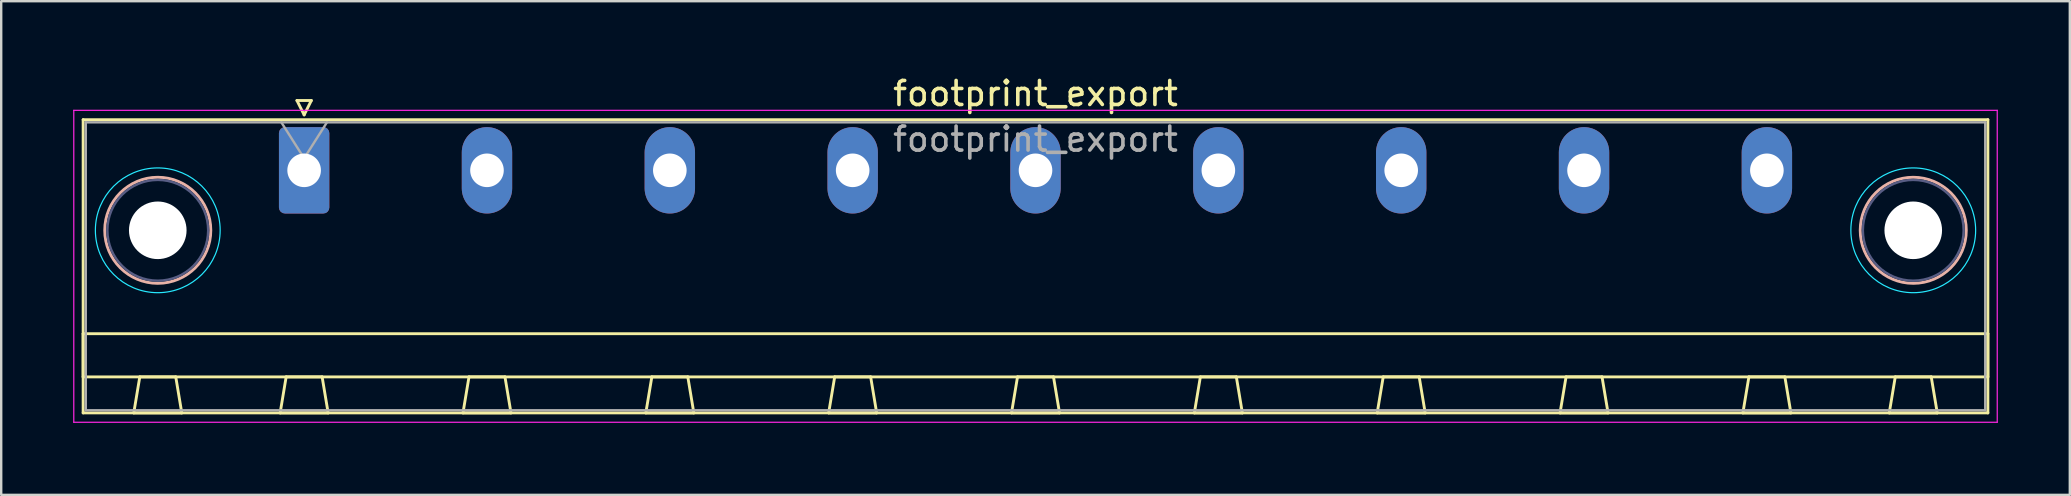
<source format=kicad_pcb>
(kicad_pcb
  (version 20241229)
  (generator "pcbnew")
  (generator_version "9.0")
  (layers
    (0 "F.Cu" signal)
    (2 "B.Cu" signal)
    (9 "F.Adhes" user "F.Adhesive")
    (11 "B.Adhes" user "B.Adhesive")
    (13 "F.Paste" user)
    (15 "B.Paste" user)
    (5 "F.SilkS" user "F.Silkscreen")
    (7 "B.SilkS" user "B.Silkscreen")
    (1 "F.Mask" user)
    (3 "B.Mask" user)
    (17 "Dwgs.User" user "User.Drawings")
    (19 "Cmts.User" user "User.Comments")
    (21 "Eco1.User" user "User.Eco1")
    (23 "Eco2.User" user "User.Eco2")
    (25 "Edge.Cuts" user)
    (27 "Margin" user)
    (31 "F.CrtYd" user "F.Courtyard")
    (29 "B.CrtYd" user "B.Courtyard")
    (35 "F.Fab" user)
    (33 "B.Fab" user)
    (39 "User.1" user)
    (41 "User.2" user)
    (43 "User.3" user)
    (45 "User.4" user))
  (footprint "footprint_export"
    (layer "F.Cu")
    (at 9.625 4.048)
    (property "Reference" "footprint_export" (at 30.48 -3.2 0) (layer "F.SilkS") (effects (font (size 1 1) (thickness 0.15))))
    (attr through_hole)
    (fp_line (start -9.21 -2.11) (end -9.21 10.11) (stroke (width 0.12) (type solid)) (layer "F.SilkS"))
    (fp_line (start -9.21 6.81) (end 70.17 6.81) (stroke (width 0.12) (type solid)) (layer "F.SilkS"))
    (fp_line (start -9.21 8.61) (end -9.21 6.81) (stroke (width 0.12) (type solid)) (layer "F.SilkS"))
    (fp_line (start -9.21 10.11) (end 70.17 10.11) (stroke (width 0.12) (type solid)) (layer "F.SilkS"))
    (fp_line (start -7.1 10.11) (end -5.1 10.11) (stroke (width 0.12) (type solid)) (layer "F.SilkS"))
    (fp_line (start -6.85 8.61) (end -7.1 10.11) (stroke (width 0.12) (type solid)) (layer "F.SilkS"))
    (fp_line (start -5.35 8.61) (end -6.85 8.61) (stroke (width 0.12) (type solid)) (layer "F.SilkS"))
    (fp_line (start -5.1 10.11) (end -5.35 8.61) (stroke (width 0.12) (type solid)) (layer "F.SilkS"))
    (fp_line (start -1 10.11) (end 1 10.11) (stroke (width 0.12) (type solid)) (layer "F.SilkS"))
    (fp_line (start -0.75 8.61) (end -1 10.11) (stroke (width 0.12) (type solid)) (layer "F.SilkS"))
    (fp_line (start -0.3 -2.91) (end 0.3 -2.91) (stroke (width 0.12) (type solid)) (layer "F.SilkS"))
    (fp_line (start 0 -2.31) (end -0.3 -2.91) (stroke (width 0.12) (type solid)) (layer "F.SilkS"))
    (fp_line (start 0.3 -2.91) (end 0 -2.31) (stroke (width 0.12) (type solid)) (layer "F.SilkS"))
    (fp_line (start 0.75 8.61) (end -0.75 8.61) (stroke (width 0.12) (type solid)) (layer "F.SilkS"))
    (fp_line (start 1 10.11) (end 0.75 8.61) (stroke (width 0.12) (type solid)) (layer "F.SilkS"))
    (fp_line (start 6.62 10.11) (end 8.62 10.11) (stroke (width 0.12) (type solid)) (layer "F.SilkS"))
    (fp_line (start 6.87 8.61) (end 6.62 10.11) (stroke (width 0.12) (type solid)) (layer "F.SilkS"))
    (fp_line (start 8.37 8.61) (end 6.87 8.61) (stroke (width 0.12) (type solid)) (layer "F.SilkS"))
    (fp_line (start 8.62 10.11) (end 8.37 8.61) (stroke (width 0.12) (type solid)) (layer "F.SilkS"))
    (fp_line (start 14.24 10.11) (end 16.24 10.11) (stroke (width 0.12) (type solid)) (layer "F.SilkS"))
    (fp_line (start 14.49 8.61) (end 14.24 10.11) (stroke (width 0.12) (type solid)) (layer "F.SilkS"))
    (fp_line (start 15.99 8.61) (end 14.49 8.61) (stroke (width 0.12) (type solid)) (layer "F.SilkS"))
    (fp_line (start 16.24 10.11) (end 15.99 8.61) (stroke (width 0.12) (type solid)) (layer "F.SilkS"))
    (fp_line (start 21.86 10.11) (end 23.86 10.11) (stroke (width 0.12) (type solid)) (layer "F.SilkS"))
    (fp_line (start 22.11 8.61) (end 21.86 10.11) (stroke (width 0.12) (type solid)) (layer "F.SilkS"))
    (fp_line (start 23.61 8.61) (end 22.11 8.61) (stroke (width 0.12) (type solid)) (layer "F.SilkS"))
    (fp_line (start 23.86 10.11) (end 23.61 8.61) (stroke (width 0.12) (type solid)) (layer "F.SilkS"))
    (fp_line (start 29.48 10.11) (end 31.48 10.11) (stroke (width 0.12) (type solid)) (layer "F.SilkS"))
    (fp_line (start 29.73 8.61) (end 29.48 10.11) (stroke (width 0.12) (type solid)) (layer "F.SilkS"))
    (fp_line (start 31.23 8.61) (end 29.73 8.61) (stroke (width 0.12) (type solid)) (layer "F.SilkS"))
    (fp_line (start 31.48 10.11) (end 31.23 8.61) (stroke (width 0.12) (type solid)) (layer "F.SilkS"))
    (fp_line (start 37.1 10.11) (end 39.1 10.11) (stroke (width 0.12) (type solid)) (layer "F.SilkS"))
    (fp_line (start 37.35 8.61) (end 37.1 10.11) (stroke (width 0.12) (type solid)) (layer "F.SilkS"))
    (fp_line (start 38.85 8.61) (end 37.35 8.61) (stroke (width 0.12) (type solid)) (layer "F.SilkS"))
    (fp_line (start 39.1 10.11) (end 38.85 8.61) (stroke (width 0.12) (type solid)) (layer "F.SilkS"))
    (fp_line (start 44.72 10.11) (end 46.72 10.11) (stroke (width 0.12) (type solid)) (layer "F.SilkS"))
    (fp_line (start 44.97 8.61) (end 44.72 10.11) (stroke (width 0.12) (type solid)) (layer "F.SilkS"))
    (fp_line (start 46.47 8.61) (end 44.97 8.61) (stroke (width 0.12) (type solid)) (layer "F.SilkS"))
    (fp_line (start 46.72 10.11) (end 46.47 8.61) (stroke (width 0.12) (type solid)) (layer "F.SilkS"))
    (fp_line (start 52.34 10.11) (end 54.34 10.11) (stroke (width 0.12) (type solid)) (layer "F.SilkS"))
    (fp_line (start 52.59 8.61) (end 52.34 10.11) (stroke (width 0.12) (type solid)) (layer "F.SilkS"))
    (fp_line (start 54.09 8.61) (end 52.59 8.61) (stroke (width 0.12) (type solid)) (layer "F.SilkS"))
    (fp_line (start 54.34 10.11) (end 54.09 8.61) (stroke (width 0.12) (type solid)) (layer "F.SilkS"))
    (fp_line (start 59.96 10.11) (end 61.96 10.11) (stroke (width 0.12) (type solid)) (layer "F.SilkS"))
    (fp_line (start 60.21 8.61) (end 59.96 10.11) (stroke (width 0.12) (type solid)) (layer "F.SilkS"))
    (fp_line (start 61.71 8.61) (end 60.21 8.61) (stroke (width 0.12) (type solid)) (layer "F.SilkS"))
    (fp_line (start 61.96 10.11) (end 61.71 8.61) (stroke (width 0.12) (type solid)) (layer "F.SilkS"))
    (fp_line (start 66.06 10.11) (end 68.06 10.11) (stroke (width 0.12) (type solid)) (layer "F.SilkS"))
    (fp_line (start 66.31 8.61) (end 66.06 10.11) (stroke (width 0.12) (type solid)) (layer "F.SilkS"))
    (fp_line (start 67.81 8.61) (end 66.31 8.61) (stroke (width 0.12) (type solid)) (layer "F.SilkS"))
    (fp_line (start 68.06 10.11) (end 67.81 8.61) (stroke (width 0.12) (type solid)) (layer "F.SilkS"))
    (fp_line (start 70.17 -2.11) (end -9.21 -2.11) (stroke (width 0.12) (type solid)) (layer "F.SilkS"))
    (fp_line (start 70.17 6.81) (end 70.17 8.61) (stroke (width 0.12) (type solid)) (layer "F.SilkS"))
    (fp_line (start 70.17 8.61) (end -9.21 8.61) (stroke (width 0.12) (type solid)) (layer "F.SilkS"))
    (fp_line (start 70.17 10.11) (end 70.17 -2.11) (stroke (width 0.12) (type solid)) (layer "F.SilkS"))
    (fp_circle (center -6.1 2.5) (end -3.89 2.5) (stroke (width 0.12) (type solid)) (fill no) (layer "B.SilkS"))
    (fp_circle (center 67.06 2.5) (end 69.27 2.5) (stroke (width 0.12) (type solid)) (fill no) (layer "B.SilkS"))
    (fp_circle (center -6.1 2.5) (end -3.5 2.5) (stroke (width 0.05) (type solid)) (fill no) (layer "B.CrtYd"))
    (fp_circle (center 67.06 2.5) (end 69.66 2.5) (stroke (width 0.05) (type solid)) (fill no) (layer "B.CrtYd"))
    (fp_line (start -9.6 -2.5) (end -9.6 10.5) (stroke (width 0.05) (type solid)) (layer "F.CrtYd"))
    (fp_line (start -9.6 10.5) (end 70.56 10.5) (stroke (width 0.05) (type solid)) (layer "F.CrtYd"))
    (fp_line (start 70.56 -2.5) (end -9.6 -2.5) (stroke (width 0.05) (type solid)) (layer "F.CrtYd"))
    (fp_line (start 70.56 10.5) (end 70.56 -2.5) (stroke (width 0.05) (type solid)) (layer "F.CrtYd"))
    (fp_circle (center -6.1 2.5) (end -4 2.5) (stroke (width 0.1) (type solid)) (fill no) (layer "B.Fab"))
    (fp_circle (center 67.06 2.5) (end 69.16 2.5) (stroke (width 0.1) (type solid)) (fill no) (layer "B.Fab"))
    (fp_line (start -9.1 -2) (end -9.1 10) (stroke (width 0.1) (type solid)) (layer "F.Fab"))
    (fp_line (start -9.1 10) (end 70.06 10) (stroke (width 0.1) (type solid)) (layer "F.Fab"))
    (fp_line (start 0 -0.5) (end -0.95 -2) (stroke (width 0.1) (type solid)) (layer "F.Fab"))
    (fp_line (start 0.95 -2) (end 0 -0.5) (stroke (width 0.1) (type solid)) (layer "F.Fab"))
    (fp_line (start 70.06 -2) (end -9.1 -2) (stroke (width 0.1) (type solid)) (layer "F.Fab"))
    (fp_line (start 70.06 10) (end 70.06 -2) (stroke (width 0.1) (type solid)) (layer "F.Fab"))
    (fp_text user "${REFERENCE}" (at 30.48 -1.3 0) (layer "F.Fab") (effects (font (size 1 1) (thickness 0.15))))
    (pad "" np_thru_hole circle (at -6.1 2.5) (size 2.4 2.4) (drill 2.4) (layers "*.Cu" "*.Mask"))
    (pad "" np_thru_hole circle (at 67.06 2.5) (size 2.4 2.4) (drill 2.4) (layers "*.Cu" "*.Mask"))
    (pad "1" thru_hole roundrect (at 0 0) (size 2.1 3.6) (drill 1.4) (layers "*.Cu" "*.Mask") (roundrect_rratio 0.119))
    (pad "2" thru_hole oval (at 7.62 0) (size 2.1 3.6) (drill 1.4) (layers "*.Cu" "*.Mask"))
    (pad "3" thru_hole oval (at 15.24 0) (size 2.1 3.6) (drill 1.4) (layers "*.Cu" "*.Mask"))
    (pad "4" thru_hole oval (at 22.86 0) (size 2.1 3.6) (drill 1.4) (layers "*.Cu" "*.Mask"))
    (pad "5" thru_hole oval (at 30.48 0) (size 2.1 3.6) (drill 1.4) (layers "*.Cu" "*.Mask"))
    (pad "6" thru_hole oval (at 38.1 0) (size 2.1 3.6) (drill 1.4) (layers "*.Cu" "*.Mask"))
    (pad "7" thru_hole oval (at 45.72 0) (size 2.1 3.6) (drill 1.4) (layers "*.Cu" "*.Mask"))
    (pad "8" thru_hole oval (at 53.34 0) (size 2.1 3.6) (drill 1.4) (layers "*.Cu" "*.Mask"))
    (pad "9" thru_hole oval (at 60.96 0) (size 2.1 3.6) (drill 1.4) (layers "*.Cu" "*.Mask")))
  (gr_rect
    (start -3 -3)
    (end 83.21 17.573)
    (stroke (width 0.1) (type default))
    (fill no)
    (layer "Edge.Cuts")))
</source>
